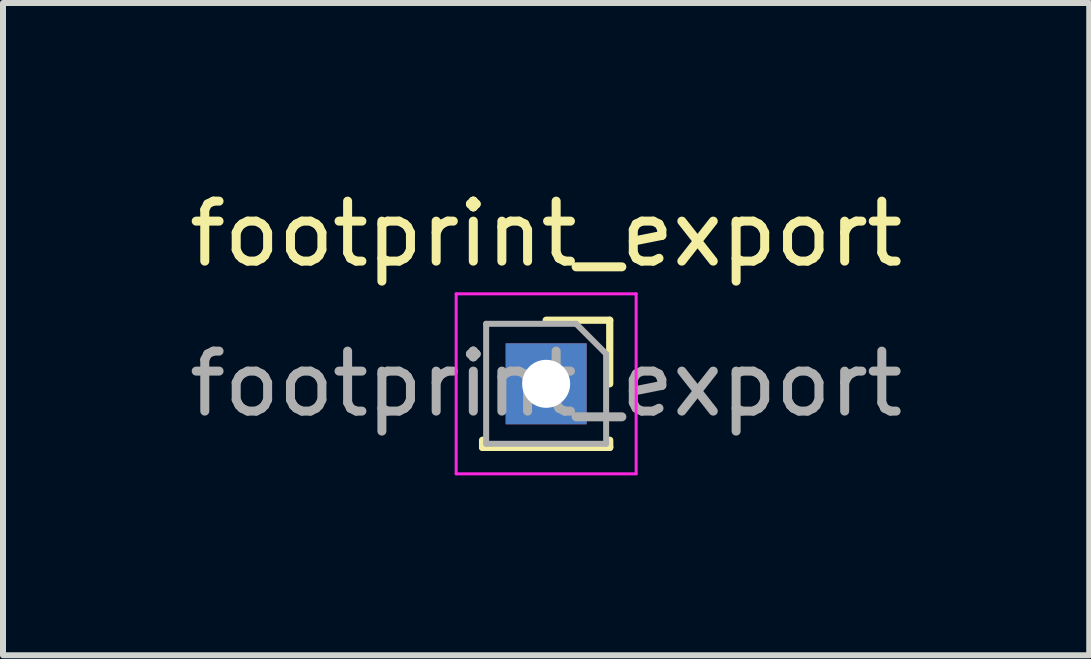
<source format=kicad_pcb>
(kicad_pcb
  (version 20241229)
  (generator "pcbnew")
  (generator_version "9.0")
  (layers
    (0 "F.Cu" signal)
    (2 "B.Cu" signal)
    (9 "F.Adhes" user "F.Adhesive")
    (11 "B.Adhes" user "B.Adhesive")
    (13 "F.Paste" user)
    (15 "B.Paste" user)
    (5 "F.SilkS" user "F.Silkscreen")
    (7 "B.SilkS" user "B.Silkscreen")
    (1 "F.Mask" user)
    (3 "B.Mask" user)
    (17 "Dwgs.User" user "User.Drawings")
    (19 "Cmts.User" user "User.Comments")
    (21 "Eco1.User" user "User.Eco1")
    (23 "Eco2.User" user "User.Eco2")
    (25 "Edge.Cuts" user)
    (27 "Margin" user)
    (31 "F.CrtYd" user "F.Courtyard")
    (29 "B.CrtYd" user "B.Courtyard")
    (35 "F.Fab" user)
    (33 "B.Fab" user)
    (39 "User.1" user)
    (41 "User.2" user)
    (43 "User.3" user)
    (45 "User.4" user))
  (footprint "footprint_export"
    (layer "F.Cu")
    (at 6.054 3.348)
    (property "Reference" "footprint_export" (at 0 -2.5 0) (layer "F.SilkS") (effects (font (size 1 1) (thickness 0.15))))
    (attr through_hole)
    (fp_line (start -1.06 0.94) (end -1.06 1.06) (stroke (width 0.12) (type solid)) (layer "F.SilkS"))
    (fp_line (start -1.06 1.06) (end 1.06 1.06) (stroke (width 0.12) (type solid)) (layer "F.SilkS"))
    (fp_line (start 0 -1.06) (end 1.06 -1.06) (stroke (width 0.12) (type solid)) (layer "F.SilkS"))
    (fp_line (start 1.06 -1.06) (end 1.06 0) (stroke (width 0.12) (type solid)) (layer "F.SilkS"))
    (fp_line (start 1.06 0.94) (end 1.06 1.06) (stroke (width 0.12) (type solid)) (layer "F.SilkS"))
    (fp_line (start -1.5 -1.5) (end 1.5 -1.5) (stroke (width 0.05) (type solid)) (layer "F.CrtYd"))
    (fp_line (start -1.5 1.5) (end -1.5 -1.5) (stroke (width 0.05) (type solid)) (layer "F.CrtYd"))
    (fp_line (start 1.5 -1.5) (end 1.5 1.5) (stroke (width 0.05) (type solid)) (layer "F.CrtYd"))
    (fp_line (start 1.5 1.5) (end -1.5 1.5) (stroke (width 0.05) (type solid)) (layer "F.CrtYd"))
    (fp_line (start -1 -1) (end 0.5 -1) (stroke (width 0.1) (type solid)) (layer "F.Fab"))
    (fp_line (start -1 1) (end -1 -1) (stroke (width 0.1) (type solid)) (layer "F.Fab"))
    (fp_line (start 0.5 -1) (end 1 -0.5) (stroke (width 0.1) (type solid)) (layer "F.Fab"))
    (fp_line (start 1 -0.5) (end 1 1) (stroke (width 0.1) (type solid)) (layer "F.Fab"))
    (fp_line (start 1 1) (end -1 1) (stroke (width 0.1) (type solid)) (layer "F.Fab"))
    (fp_text user "${REFERENCE}" (at 0 0 0) (layer "F.Fab") (effects (font (size 1 1) (thickness 0.15))))
    (pad "1" thru_hole rect (at 0 0) (size 1.35 1.35) (drill 0.8) (layers "*.Cu" "*.Mask")))
  (gr_rect
    (start -3 -3)
    (end 15.107 7.873)
    (stroke (width 0.1) (type default))
    (fill no)
    (layer "Edge.Cuts")))
</source>
